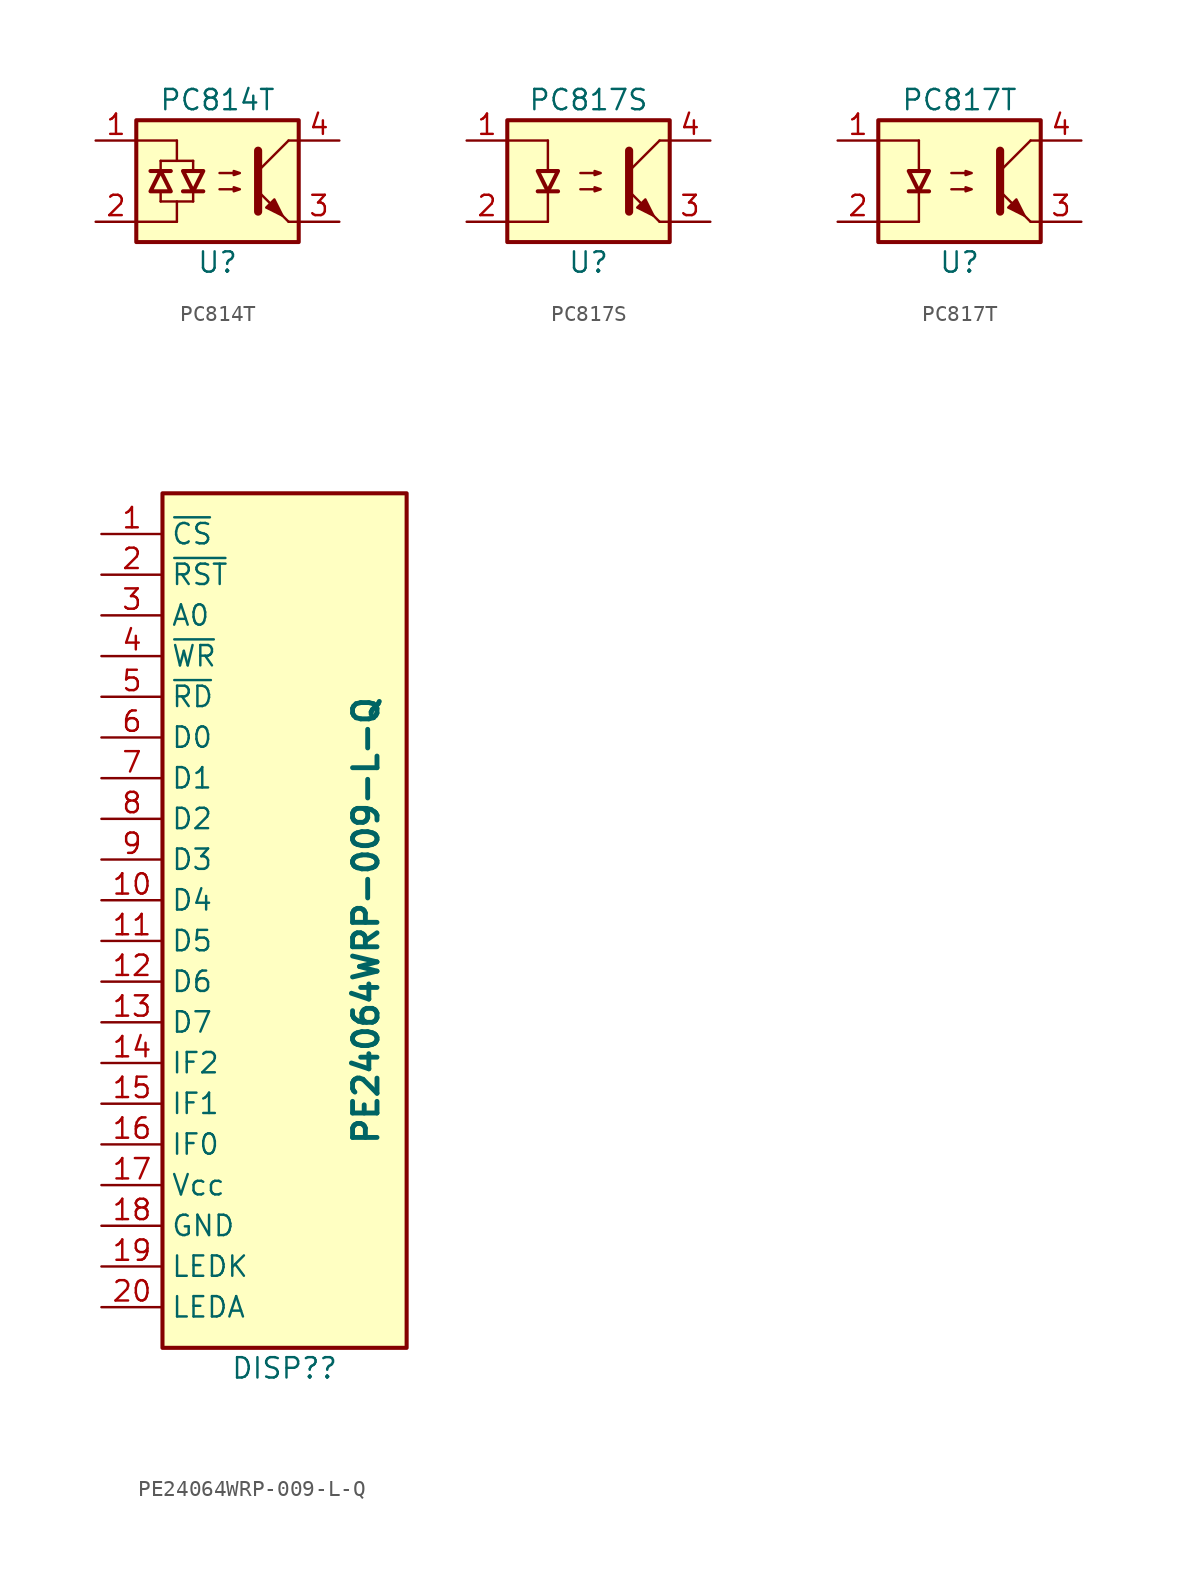
<source format=kicad_sym>
(kicad_symbol_lib
  (version 20231120)
  (generator "kicad_symbol_editor")
  (generator_version "8.0")
  (symbol "PC814T"
    (pin_names
      (offset 1.016))
    (property "Reference" "U"
      (at 0 -5.08 0)
      (effects (font (size 1.27 1.27))))
    (property "Value" "PC814T"
      (at 0 5.08 0)
      (effects (font (size 1.27 1.27))))
    (symbol "PC814T_0_1"
      (polyline (pts (xy -3.556 -1.27) (xy -3.556 -0.762)) (stroke (width 0) (type default)) (fill (type none)))
      (polyline (pts (xy -3.556 0.635) (xy -3.556 1.27)) (stroke (width 0) (type default)) (fill (type none)))
      (polyline (pts (xy -2.54 -2.54) (xy -5.08 -2.54)) (stroke (width 0) (type default)) (fill (type none)))
      (polyline (pts (xy -2.54 -2.54) (xy -2.54 -1.27)) (stroke (width 0) (type default)) (fill (type none)))
      (polyline (pts (xy -2.54 1.27) (xy -2.54 2.54)) (stroke (width 0) (type default)) (fill (type none)))
      (polyline (pts (xy -2.54 2.54) (xy -5.08 2.54)) (stroke (width 0) (type default)) (fill (type none)))
      (polyline (pts (xy -1.524 -1.27) (xy -3.556 -1.27)) (stroke (width 0) (type default)) (fill (type none)))
      (polyline (pts (xy -1.524 -1.27) (xy -1.524 -0.762)) (stroke (width 0) (type default)) (fill (type none)))
      (polyline (pts (xy -1.524 0.635) (xy -1.524 1.27)) (stroke (width 0) (type default)) (fill (type none)))
      (polyline (pts (xy -1.524 1.27) (xy -3.556 1.27)) (stroke (width 0) (type default)) (fill (type none))))
    (symbol "PC814T_1_1"
      (rectangle (start -5.08 3.81) (end 5.08 -3.81) (stroke (width 0.254) (type default)) (fill (type background)))
      (polyline (pts (xy -2.921 0.635) (xy -4.191 0.635)) (stroke (width 0.254) (type default)) (fill (type none)))
      (polyline (pts (xy -2.159 -0.635) (xy -0.889 -0.635)) (stroke (width 0.254) (type default)) (fill (type none)))
      (polyline (pts (xy 2.54 0.635) (xy 4.445 2.54)) (stroke (width 0) (type default)) (fill (type none)))
      (polyline (pts (xy 4.445 -2.54) (xy 2.54 -0.635)) (stroke (width 0) (type default)) (fill (type outline)))
      (polyline (pts (xy 4.445 -2.54) (xy 5.08 -2.54)) (stroke (width 0) (type default)) (fill (type none)))
      (polyline (pts (xy 4.445 2.54) (xy 5.08 2.54)) (stroke (width 0) (type default)) (fill (type none)))
      (polyline (pts (xy 2.54 1.905) (xy 2.54 -1.905) (xy 2.54 -1.905)) (stroke (width 0.508) (type default)) (fill (type none)))
      (polyline (pts (xy -3.556 0.635) (xy -2.921 -0.635) (xy -4.191 -0.635) (xy -3.556 0.635)) (stroke (width 0.254) (type default)) (fill (type none)))
      (polyline (pts (xy -1.524 -0.635) (xy -2.159 0.635) (xy -0.889 0.635) (xy -1.524 -0.635)) (stroke (width 0.254) (type default)) (fill (type none)))
      (polyline (pts (xy 0.127 -0.508) (xy 1.397 -0.508) (xy 1.016 -0.635) (xy 1.016 -0.381) (xy 1.397 -0.508)) (stroke (width 0) (type default)) (fill (type none)))
      (polyline (pts (xy 0.127 0.508) (xy 1.397 0.508) (xy 1.016 0.381) (xy 1.016 0.635) (xy 1.397 0.508)) (stroke (width 0) (type default)) (fill (type none)))
      (polyline (pts (xy 3.048 -1.651) (xy 3.556 -1.143) (xy 4.064 -2.159) (xy 3.048 -1.651) (xy 3.048 -1.651)) (stroke (width 0) (type default)) (fill (type outline)))
      (pin passive line (at -7.62 2.54 0) (length 2.54) (name "~" (effects (font (size 1.27 1.27)))) (number "1" (effects (font (size 1.27 1.27)))))
      (pin passive line (at -7.62 -2.54 0) (length 2.54) (name "~" (effects (font (size 1.27 1.27)))) (number "2" (effects (font (size 1.27 1.27)))))
      (pin passive line (at 7.62 -2.54 180) (length 2.54) (name "~" (effects (font (size 1.27 1.27)))) (number "3" (effects (font (size 1.27 1.27)))))
      (pin passive line (at 7.62 2.54 180) (length 2.54) (name "~" (effects (font (size 1.27 1.27)))) (number "4" (effects (font (size 1.27 1.27)))))))
  (symbol "PC817S"
    (pin_names
      (offset 1.016))
    (property "Reference" "U"
      (at 0 -5.08 0)
      (effects (font (size 1.27 1.27))))
    (property "Value" "PC817S"
      (at 0 5.08 0)
      (effects (font (size 1.27 1.27))))
    (symbol "PC817S_0_1"
      (polyline (pts (xy -2.54 -2.54) (xy -5.08 -2.54)) (stroke (width 0) (type default)) (fill (type none)))
      (polyline (pts (xy -2.54 -0.635) (xy -2.54 -2.54)) (stroke (width 0) (type default)) (fill (type none)))
      (polyline (pts (xy -2.54 0.635) (xy -2.54 2.54)) (stroke (width 0) (type default)) (fill (type none)))
      (polyline (pts (xy -2.54 2.54) (xy -5.08 2.54)) (stroke (width 0) (type default)) (fill (type none))))
    (symbol "PC817S_1_1"
      (rectangle (start -5.08 3.81) (end 5.08 -3.81) (stroke (width 0.254) (type default)) (fill (type background)))
      (polyline (pts (xy -3.175 -0.635) (xy -1.905 -0.635)) (stroke (width 0.254) (type default)) (fill (type none)))
      (polyline (pts (xy 2.54 0.635) (xy 4.445 2.54)) (stroke (width 0) (type default)) (fill (type none)))
      (polyline (pts (xy 4.445 -2.54) (xy 2.54 -0.635)) (stroke (width 0) (type default)) (fill (type outline)))
      (polyline (pts (xy 4.445 -2.54) (xy 5.08 -2.54)) (stroke (width 0) (type default)) (fill (type none)))
      (polyline (pts (xy 4.445 2.54) (xy 5.08 2.54)) (stroke (width 0) (type default)) (fill (type none)))
      (polyline (pts (xy 2.54 1.905) (xy 2.54 -1.905) (xy 2.54 -1.905)) (stroke (width 0.508) (type default)) (fill (type none)))
      (polyline (pts (xy -2.54 -0.635) (xy -3.175 0.635) (xy -1.905 0.635) (xy -2.54 -0.635)) (stroke (width 0.254) (type default)) (fill (type none)))
      (polyline (pts (xy -0.508 -0.508) (xy 0.762 -0.508) (xy 0.381 -0.635) (xy 0.381 -0.381) (xy 0.762 -0.508)) (stroke (width 0) (type default)) (fill (type none)))
      (polyline (pts (xy -0.508 0.508) (xy 0.762 0.508) (xy 0.381 0.381) (xy 0.381 0.635) (xy 0.762 0.508)) (stroke (width 0) (type default)) (fill (type none)))
      (polyline (pts (xy 3.048 -1.651) (xy 3.556 -1.143) (xy 4.064 -2.159) (xy 3.048 -1.651) (xy 3.048 -1.651)) (stroke (width 0) (type default)) (fill (type outline)))
      (pin passive line (at -7.62 2.54 0) (length 2.54) (name "~" (effects (font (size 1.27 1.27)))) (number "1" (effects (font (size 1.27 1.27)))))
      (pin passive line (at -7.62 -2.54 0) (length 2.54) (name "~" (effects (font (size 1.27 1.27)))) (number "2" (effects (font (size 1.27 1.27)))))
      (pin passive line (at 7.62 -2.54 180) (length 2.54) (name "~" (effects (font (size 1.27 1.27)))) (number "3" (effects (font (size 1.27 1.27)))))
      (pin passive line (at 7.62 2.54 180) (length 2.54) (name "~" (effects (font (size 1.27 1.27)))) (number "4" (effects (font (size 1.27 1.27)))))))
  (symbol "PC817T"
    (pin_names
      (offset 1.016))
    (property "Reference" "U"
      (at 0 -5.08 0)
      (effects (font (size 1.27 1.27))))
    (property "Value" "PC817T"
      (at 0 5.08 0)
      (effects (font (size 1.27 1.27))))
    (symbol "PC817T_0_1"
      (polyline (pts (xy -2.54 -2.54) (xy -5.08 -2.54)) (stroke (width 0) (type default)) (fill (type none)))
      (polyline (pts (xy -2.54 -0.635) (xy -2.54 -2.54)) (stroke (width 0) (type default)) (fill (type none)))
      (polyline (pts (xy -2.54 0.635) (xy -2.54 2.54)) (stroke (width 0) (type default)) (fill (type none)))
      (polyline (pts (xy -2.54 2.54) (xy -5.08 2.54)) (stroke (width 0) (type default)) (fill (type none))))
    (symbol "PC817T_1_1"
      (rectangle (start -5.08 3.81) (end 5.08 -3.81) (stroke (width 0.254) (type default)) (fill (type background)))
      (polyline (pts (xy -3.175 -0.635) (xy -1.905 -0.635)) (stroke (width 0.254) (type default)) (fill (type none)))
      (polyline (pts (xy 2.54 0.635) (xy 4.445 2.54)) (stroke (width 0) (type default)) (fill (type none)))
      (polyline (pts (xy 4.445 -2.54) (xy 2.54 -0.635)) (stroke (width 0) (type default)) (fill (type outline)))
      (polyline (pts (xy 4.445 -2.54) (xy 5.08 -2.54)) (stroke (width 0) (type default)) (fill (type none)))
      (polyline (pts (xy 4.445 2.54) (xy 5.08 2.54)) (stroke (width 0) (type default)) (fill (type none)))
      (polyline (pts (xy 2.54 1.905) (xy 2.54 -1.905) (xy 2.54 -1.905)) (stroke (width 0.508) (type default)) (fill (type none)))
      (polyline (pts (xy -2.54 -0.635) (xy -3.175 0.635) (xy -1.905 0.635) (xy -2.54 -0.635)) (stroke (width 0.254) (type default)) (fill (type none)))
      (polyline (pts (xy -0.508 -0.508) (xy 0.762 -0.508) (xy 0.381 -0.635) (xy 0.381 -0.381) (xy 0.762 -0.508)) (stroke (width 0) (type default)) (fill (type none)))
      (polyline (pts (xy -0.508 0.508) (xy 0.762 0.508) (xy 0.381 0.381) (xy 0.381 0.635) (xy 0.762 0.508)) (stroke (width 0) (type default)) (fill (type none)))
      (polyline (pts (xy 3.048 -1.651) (xy 3.556 -1.143) (xy 4.064 -2.159) (xy 3.048 -1.651) (xy 3.048 -1.651)) (stroke (width 0) (type default)) (fill (type outline)))
      (pin passive line (at -7.62 2.54 0) (length 2.54) (name "~" (effects (font (size 1.27 1.27)))) (number "1" (effects (font (size 1.27 1.27)))))
      (pin passive line (at -7.62 -2.54 0) (length 2.54) (name "~" (effects (font (size 1.27 1.27)))) (number "2" (effects (font (size 1.27 1.27)))))
      (pin passive line (at 7.62 -2.54 180) (length 2.54) (name "~" (effects (font (size 1.27 1.27)))) (number "3" (effects (font (size 1.27 1.27)))))
      (pin passive line (at 7.62 2.54 180) (length 2.54) (name "~" (effects (font (size 1.27 1.27)))) (number "4" (effects (font (size 1.27 1.27)))))))
  (symbol "PE24064WRP-009-L-Q"
    (property "Reference" "DISP?"
      (at 0 -27.94 0)
      (effects (font (size 1.27 1.27))))
    (property "Value" "PE24064WRP-009-L-Q"
      (at 5.08 0 90)
      (effects (font (size 1.524 1.524) (bold yes))))
    (symbol "PE24064WRP-009-L-Q_1_1"
      (rectangle (start -7.62 26.67) (end 7.62 -26.67) (stroke (width 0.254) (type default)) (fill (type background)))
      (pin passive line (at -11.43 24.13 0) (length 3.81) (name "~{CS}" (effects (font (size 1.27 1.27)))) (number "1" (effects (font (size 1.27 1.27)))))
      (pin passive line (at -11.43 1.27 0) (length 3.81) (name "D4" (effects (font (size 1.27 1.27)))) (number "10" (effects (font (size 1.27 1.27)))))
      (pin passive line (at -11.43 -1.27 0) (length 3.81) (name "D5" (effects (font (size 1.27 1.27)))) (number "11" (effects (font (size 1.27 1.27)))))
      (pin passive line (at -11.43 -3.81 0) (length 3.81) (name "D6" (effects (font (size 1.27 1.27)))) (number "12" (effects (font (size 1.27 1.27)))))
      (pin passive line (at -11.43 -6.35 0) (length 3.81) (name "D7" (effects (font (size 1.27 1.27)))) (number "13" (effects (font (size 1.27 1.27)))))
      (pin passive line (at -11.43 -8.89 0) (length 3.81) (name "IF2" (effects (font (size 1.27 1.27)))) (number "14" (effects (font (size 1.27 1.27)))))
      (pin passive line (at -11.43 -11.43 0) (length 3.81) (name "IF1" (effects (font (size 1.27 1.27)))) (number "15" (effects (font (size 1.27 1.27)))))
      (pin passive line (at -11.43 -13.97 0) (length 3.81) (name "IF0" (effects (font (size 1.27 1.27)))) (number "16" (effects (font (size 1.27 1.27)))))
      (pin passive line (at -11.43 -16.51 0) (length 3.81) (name "Vcc" (effects (font (size 1.27 1.27)))) (number "17" (effects (font (size 1.27 1.27)))))
      (pin passive line (at -11.43 -19.05 0) (length 3.81) (name "GND" (effects (font (size 1.27 1.27)))) (number "18" (effects (font (size 1.27 1.27)))))
      (pin passive line (at -11.43 -21.59 0) (length 3.81) (name "LEDK" (effects (font (size 1.27 1.27)))) (number "19" (effects (font (size 1.27 1.27)))))
      (pin passive line (at -11.43 21.59 0) (length 3.81) (name "~{RST}" (effects (font (size 1.27 1.27)))) (number "2" (effects (font (size 1.27 1.27)))))
      (pin passive line (at -11.43 -24.13 0) (length 3.81) (name "LEDA" (effects (font (size 1.27 1.27)))) (number "20" (effects (font (size 1.27 1.27)))))
      (pin passive line (at -11.43 19.05 0) (length 3.81) (name "A0" (effects (font (size 1.27 1.27)))) (number "3" (effects (font (size 1.27 1.27)))))
      (pin passive line (at -11.43 16.51 0) (length 3.81) (name "~{WR}" (effects (font (size 1.27 1.27)))) (number "4" (effects (font (size 1.27 1.27)))))
      (pin passive line (at -11.43 13.97 0) (length 3.81) (name "~{RD}" (effects (font (size 1.27 1.27)))) (number "5" (effects (font (size 1.27 1.27)))))
      (pin passive line (at -11.43 11.43 0) (length 3.81) (name "D0" (effects (font (size 1.27 1.27)))) (number "6" (effects (font (size 1.27 1.27)))))
      (pin passive line (at -11.43 8.89 0) (length 3.81) (name "D1" (effects (font (size 1.27 1.27)))) (number "7" (effects (font (size 1.27 1.27)))))
      (pin passive line (at -11.43 6.35 0) (length 3.81) (name "D2" (effects (font (size 1.27 1.27)))) (number "8" (effects (font (size 1.27 1.27)))))
      (pin passive line (at -11.43 3.81 0) (length 3.81) (name "D3" (effects (font (size 1.27 1.27)))) (number "9" (effects (font (size 1.27 1.27))))))))
</source>
